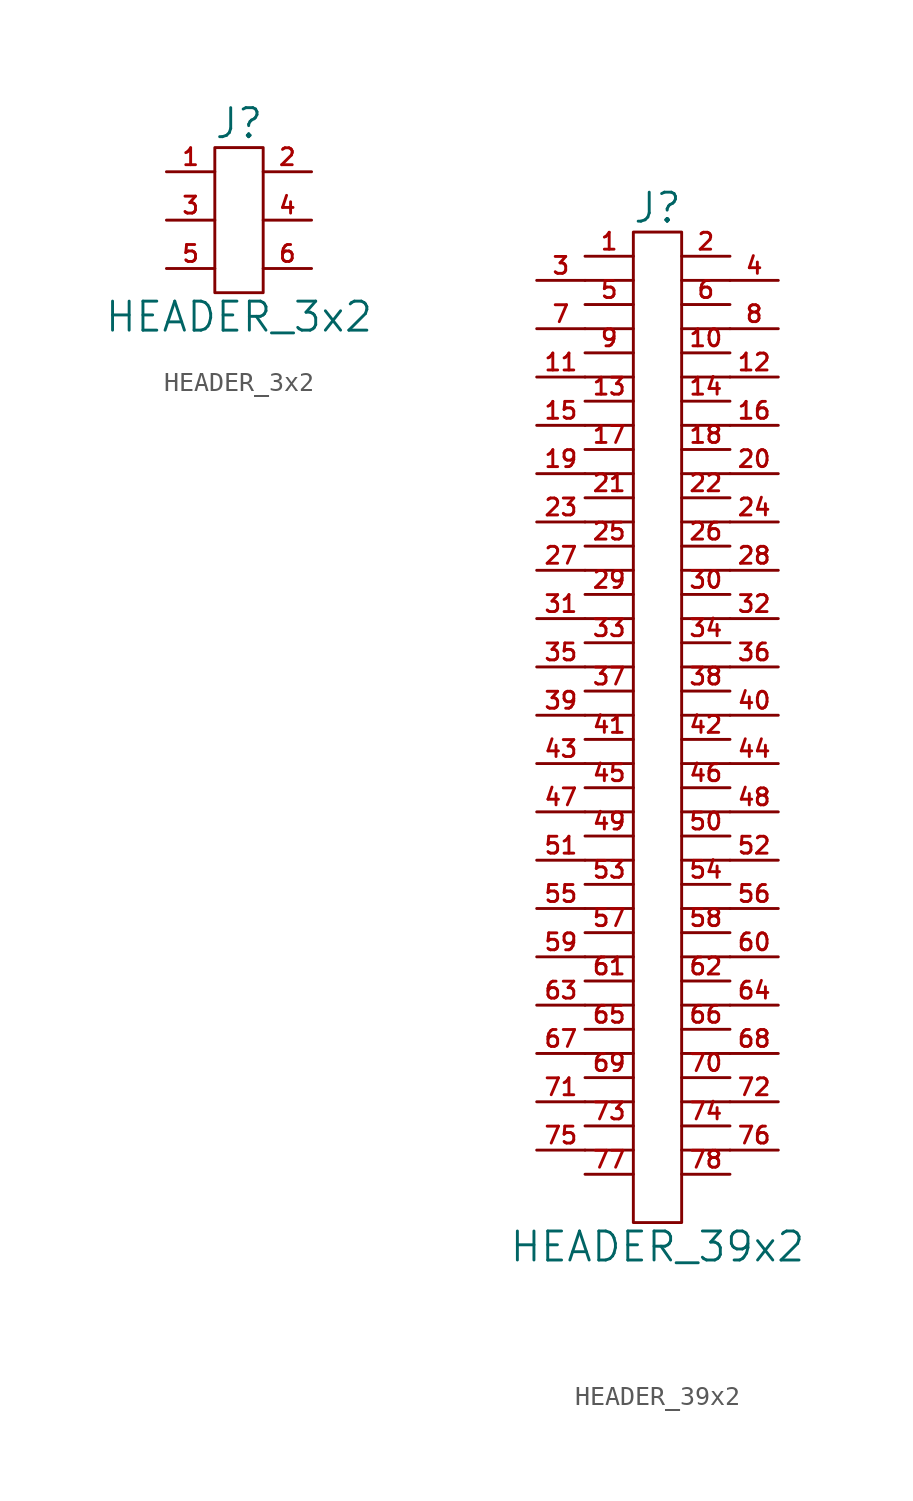
<source format=kicad_sym>
(kicad_symbol_lib
  (version 20220914)
  (generator kicad_symbol_editor)
  (symbol "HEADER_3x2"
    (pin_names
      (offset 0))
    (property "Reference" "J"
      (at 0 5.08 0)
      (effects (font (size 1.524 1.524))))
    (property "Value" "HEADER_3x2"
      (at 0 -5.08 0)
      (effects (font (size 1.524 1.524))))
    (property "Footprint" ""
      (at 0 0 0)
      (effects (font (size 1.524 1.524))))
    (property "Datasheet" ""
      (at 0 0 0)
      (effects (font (size 1.524 1.524))))
    (symbol "HEADER_3x2_0_1"
      (rectangle (start 1.27 3.81) (end -1.27 -3.81) (stroke (width 0) (type solid)) (fill (type none))))
    (symbol "HEADER_3x2_1_1"
      (pin passive line (at -3.81 2.54 0) (length 2.54) (name "~" (effects (font (size 1.27 1.27)))) (number "1" (effects (font (size 0.889 0.889)))))
      (pin passive line (at 3.81 2.54 180) (length 2.54) (name "~" (effects (font (size 1.27 1.27)))) (number "2" (effects (font (size 0.889 0.889)))))
      (pin passive line (at -3.81 0 0) (length 2.54) (name "~" (effects (font (size 1.27 1.27)))) (number "3" (effects (font (size 0.889 0.889)))))
      (pin passive line (at 3.81 0 180) (length 2.54) (name "~" (effects (font (size 1.27 1.27)))) (number "4" (effects (font (size 0.889 0.889)))))
      (pin passive line (at -3.81 -2.54 0) (length 2.54) (name "~" (effects (font (size 1.27 1.27)))) (number "5" (effects (font (size 0.889 0.889)))))
      (pin passive line (at 3.81 -2.54 180) (length 2.54) (name "~" (effects (font (size 1.27 1.27)))) (number "6" (effects (font (size 0.889 0.889)))))))
  (symbol "HEADER_39x2"
    (pin_names
      (offset 0))
    (property "Reference" "J"
      (at 0 26.67 0)
      (effects (font (size 1.524 1.524))))
    (property "Value" "HEADER_39x2"
      (at 0 -27.94 0)
      (effects (font (size 1.524 1.524))))
    (property "Footprint" ""
      (at 0 0 0)
      (effects (font (size 1.524 1.524))))
    (property "Datasheet" ""
      (at 0 0 0)
      (effects (font (size 1.524 1.524))))
    (symbol "HEADER_39x2_0_1"
      (rectangle (start -1.27 25.4) (end 1.27 -26.67) (stroke (width 0) (type solid)) (fill (type none)))
      (polyline (pts (xy -3.81 -22.86) (xy -1.27 -22.86)) (stroke (width 0) (type solid)) (fill (type none)))
      (polyline (pts (xy -3.81 -20.32) (xy -1.27 -20.32)) (stroke (width 0) (type solid)) (fill (type none)))
      (polyline (pts (xy -3.81 -17.78) (xy -1.27 -17.78)) (stroke (width 0) (type solid)) (fill (type none)))
      (polyline (pts (xy -3.81 -15.24) (xy -1.27 -15.24)) (stroke (width 0) (type solid)) (fill (type none)))
      (polyline (pts (xy -3.81 -12.7) (xy -1.27 -12.7)) (stroke (width 0) (type solid)) (fill (type none)))
      (polyline (pts (xy -3.81 -10.16) (xy -1.27 -10.16)) (stroke (width 0) (type solid)) (fill (type none)))
      (polyline (pts (xy -3.81 -7.62) (xy -1.27 -7.62)) (stroke (width 0) (type solid)) (fill (type none)))
      (polyline (pts (xy -3.81 -5.08) (xy -1.27 -5.08)) (stroke (width 0) (type solid)) (fill (type none)))
      (polyline (pts (xy -3.81 -2.54) (xy -1.27 -2.54)) (stroke (width 0) (type solid)) (fill (type none)))
      (polyline (pts (xy -3.81 0) (xy -1.27 0)) (stroke (width 0) (type solid)) (fill (type none)))
      (polyline (pts (xy -3.81 2.54) (xy -1.27 2.54)) (stroke (width 0) (type solid)) (fill (type none)))
      (polyline (pts (xy -3.81 5.08) (xy -1.27 5.08)) (stroke (width 0) (type solid)) (fill (type none)))
      (polyline (pts (xy -3.81 7.62) (xy -1.27 7.62)) (stroke (width 0) (type solid)) (fill (type none)))
      (polyline (pts (xy -3.81 10.16) (xy -1.27 10.16)) (stroke (width 0) (type solid)) (fill (type none)))
      (polyline (pts (xy -3.81 12.7) (xy -1.27 12.7)) (stroke (width 0) (type solid)) (fill (type none)))
      (polyline (pts (xy -3.81 15.24) (xy -1.27 15.24)) (stroke (width 0) (type solid)) (fill (type none)))
      (polyline (pts (xy -3.81 17.78) (xy -1.27 17.78)) (stroke (width 0) (type solid)) (fill (type none)))
      (polyline (pts (xy -3.81 20.32) (xy -1.27 20.32)) (stroke (width 0) (type solid)) (fill (type none)))
      (polyline (pts (xy -3.81 22.86) (xy -1.27 22.86)) (stroke (width 0) (type solid)) (fill (type none)))
      (polyline (pts (xy 1.27 -22.86) (xy 3.81 -22.86)) (stroke (width 0) (type solid)) (fill (type none)))
      (polyline (pts (xy 1.27 -20.32) (xy 3.81 -20.32)) (stroke (width 0) (type solid)) (fill (type none)))
      (polyline (pts (xy 1.27 -17.78) (xy 3.81 -17.78)) (stroke (width 0) (type solid)) (fill (type none)))
      (polyline (pts (xy 1.27 -15.24) (xy 3.81 -15.24)) (stroke (width 0) (type solid)) (fill (type none)))
      (polyline (pts (xy 1.27 -12.7) (xy 3.81 -12.7)) (stroke (width 0) (type solid)) (fill (type none)))
      (polyline (pts (xy 1.27 -10.16) (xy 3.81 -10.16)) (stroke (width 0) (type solid)) (fill (type none)))
      (polyline (pts (xy 1.27 -7.62) (xy 3.81 -7.62)) (stroke (width 0) (type solid)) (fill (type none)))
      (polyline (pts (xy 1.27 -5.08) (xy 3.81 -5.08)) (stroke (width 0) (type solid)) (fill (type none)))
      (polyline (pts (xy 1.27 -2.54) (xy 3.81 -2.54)) (stroke (width 0) (type solid)) (fill (type none)))
      (polyline (pts (xy 1.27 0) (xy 3.81 0)) (stroke (width 0) (type solid)) (fill (type none)))
      (polyline (pts (xy 1.27 2.54) (xy 3.81 2.54)) (stroke (width 0) (type solid)) (fill (type none)))
      (polyline (pts (xy 1.27 5.08) (xy 3.81 5.08)) (stroke (width 0) (type solid)) (fill (type none)))
      (polyline (pts (xy 1.27 7.62) (xy 3.81 7.62)) (stroke (width 0) (type solid)) (fill (type none)))
      (polyline (pts (xy 1.27 10.16) (xy 3.81 10.16)) (stroke (width 0) (type solid)) (fill (type none)))
      (polyline (pts (xy 1.27 12.7) (xy 3.81 12.7)) (stroke (width 0) (type solid)) (fill (type none)))
      (polyline (pts (xy 1.27 15.24) (xy 3.81 15.24)) (stroke (width 0) (type solid)) (fill (type none)))
      (polyline (pts (xy 1.27 17.78) (xy 3.81 17.78)) (stroke (width 0) (type solid)) (fill (type none)))
      (polyline (pts (xy 1.27 20.32) (xy 3.81 20.32)) (stroke (width 0) (type solid)) (fill (type none)))
      (polyline (pts (xy 1.27 22.86) (xy 3.81 22.86)) (stroke (width 0) (type solid)) (fill (type none))))
    (symbol "HEADER_39x2_1_1"
      (pin passive line (at -3.81 24.13 0) (length 2.54) (name "~" (effects (font (size 1.27 1.27)))) (number "1" (effects (font (size 0.889 0.889)))))
      (pin passive line (at 3.81 19.05 180) (length 2.54) (name "~" (effects (font (size 1.27 1.27)))) (number "10" (effects (font (size 0.889 0.889)))))
      (pin passive line (at -6.35 17.78 0) (length 2.54) (name "~" (effects (font (size 1.27 1.27)))) (number "11" (effects (font (size 0.889 0.889)))))
      (pin passive line (at 6.35 17.78 180) (length 2.54) (name "~" (effects (font (size 1.27 1.27)))) (number "12" (effects (font (size 0.889 0.889)))))
      (pin passive line (at -3.81 16.51 0) (length 2.54) (name "~" (effects (font (size 1.27 1.27)))) (number "13" (effects (font (size 0.889 0.889)))))
      (pin passive line (at 3.81 16.51 180) (length 2.54) (name "~" (effects (font (size 1.27 1.27)))) (number "14" (effects (font (size 0.889 0.889)))))
      (pin passive line (at -6.35 15.24 0) (length 2.54) (name "~" (effects (font (size 1.27 1.27)))) (number "15" (effects (font (size 0.889 0.889)))))
      (pin passive line (at 6.35 15.24 180) (length 2.54) (name "~" (effects (font (size 1.27 1.27)))) (number "16" (effects (font (size 0.889 0.889)))))
      (pin passive line (at -3.81 13.97 0) (length 2.54) (name "~" (effects (font (size 1.27 1.27)))) (number "17" (effects (font (size 0.889 0.889)))))
      (pin passive line (at 3.81 13.97 180) (length 2.54) (name "~" (effects (font (size 1.27 1.27)))) (number "18" (effects (font (size 0.889 0.889)))))
      (pin passive line (at -6.35 12.7 0) (length 2.54) (name "~" (effects (font (size 1.27 1.27)))) (number "19" (effects (font (size 0.889 0.889)))))
      (pin passive line (at 3.81 24.13 180) (length 2.54) (name "~" (effects (font (size 1.27 1.27)))) (number "2" (effects (font (size 0.889 0.889)))))
      (pin passive line (at 6.35 12.7 180) (length 2.54) (name "~" (effects (font (size 1.27 1.27)))) (number "20" (effects (font (size 0.889 0.889)))))
      (pin passive line (at -3.81 11.43 0) (length 2.54) (name "~" (effects (font (size 1.27 1.27)))) (number "21" (effects (font (size 0.889 0.889)))))
      (pin passive line (at 3.81 11.43 180) (length 2.54) (name "~" (effects (font (size 1.27 1.27)))) (number "22" (effects (font (size 0.889 0.889)))))
      (pin passive line (at -6.35 10.16 0) (length 2.54) (name "~" (effects (font (size 1.27 1.27)))) (number "23" (effects (font (size 0.889 0.889)))))
      (pin passive line (at 6.35 10.16 180) (length 2.54) (name "~" (effects (font (size 1.27 1.27)))) (number "24" (effects (font (size 0.889 0.889)))))
      (pin passive line (at -3.81 8.89 0) (length 2.54) (name "~" (effects (font (size 1.27 1.27)))) (number "25" (effects (font (size 0.889 0.889)))))
      (pin passive line (at 3.81 8.89 180) (length 2.54) (name "~" (effects (font (size 1.27 1.27)))) (number "26" (effects (font (size 0.889 0.889)))))
      (pin passive line (at -6.35 7.62 0) (length 2.54) (name "~" (effects (font (size 1.27 1.27)))) (number "27" (effects (font (size 0.889 0.889)))))
      (pin passive line (at 6.35 7.62 180) (length 2.54) (name "~" (effects (font (size 1.27 1.27)))) (number "28" (effects (font (size 0.889 0.889)))))
      (pin passive line (at -3.81 6.35 0) (length 2.54) (name "~" (effects (font (size 1.27 1.27)))) (number "29" (effects (font (size 0.889 0.889)))))
      (pin passive line (at -6.35 22.86 0) (length 2.54) (name "~" (effects (font (size 1.27 1.27)))) (number "3" (effects (font (size 0.889 0.889)))))
      (pin passive line (at 3.81 6.35 180) (length 2.54) (name "~" (effects (font (size 1.27 1.27)))) (number "30" (effects (font (size 0.889 0.889)))))
      (pin passive line (at -6.35 5.08 0) (length 2.54) (name "~" (effects (font (size 1.27 1.27)))) (number "31" (effects (font (size 0.889 0.889)))))
      (pin passive line (at 6.35 5.08 180) (length 2.54) (name "~" (effects (font (size 1.27 1.27)))) (number "32" (effects (font (size 0.889 0.889)))))
      (pin passive line (at -3.81 3.81 0) (length 2.54) (name "~" (effects (font (size 1.27 1.27)))) (number "33" (effects (font (size 0.889 0.889)))))
      (pin passive line (at 3.81 3.81 180) (length 2.54) (name "~" (effects (font (size 1.27 1.27)))) (number "34" (effects (font (size 0.889 0.889)))))
      (pin passive line (at -6.35 2.54 0) (length 2.54) (name "~" (effects (font (size 1.27 1.27)))) (number "35" (effects (font (size 0.889 0.889)))))
      (pin passive line (at 6.35 2.54 180) (length 2.54) (name "~" (effects (font (size 1.27 1.27)))) (number "36" (effects (font (size 0.889 0.889)))))
      (pin passive line (at -3.81 1.27 0) (length 2.54) (name "~" (effects (font (size 0.889 0.889)))) (number "37" (effects (font (size 0.889 0.889)))))
      (pin passive line (at 3.81 1.27 180) (length 2.54) (name "~" (effects (font (size 1.27 1.27)))) (number "38" (effects (font (size 0.889 0.889)))))
      (pin passive line (at -6.35 0 0) (length 2.54) (name "~" (effects (font (size 1.27 1.27)))) (number "39" (effects (font (size 0.889 0.889)))))
      (pin passive line (at 6.35 22.86 180) (length 2.54) (name "~" (effects (font (size 1.27 1.27)))) (number "4" (effects (font (size 0.889 0.889)))))
      (pin passive line (at 6.35 0 180) (length 2.54) (name "~" (effects (font (size 1.27 1.27)))) (number "40" (effects (font (size 0.889 0.889)))))
      (pin passive line (at -3.81 -1.27 0) (length 2.54) (name "~" (effects (font (size 1.27 1.27)))) (number "41" (effects (font (size 0.889 0.889)))))
      (pin passive line (at 3.81 -1.27 180) (length 2.54) (name "~" (effects (font (size 1.27 1.27)))) (number "42" (effects (font (size 0.889 0.889)))))
      (pin passive line (at -6.35 -2.54 0) (length 2.54) (name "~" (effects (font (size 1.27 1.27)))) (number "43" (effects (font (size 0.889 0.889)))))
      (pin passive line (at 6.35 -2.54 180) (length 2.54) (name "~" (effects (font (size 1.27 1.27)))) (number "44" (effects (font (size 0.889 0.889)))))
      (pin passive line (at -3.81 -3.81 0) (length 2.54) (name "~" (effects (font (size 1.27 1.27)))) (number "45" (effects (font (size 0.889 0.889)))))
      (pin passive line (at 3.81 -3.81 180) (length 2.54) (name "~" (effects (font (size 1.27 1.27)))) (number "46" (effects (font (size 0.889 0.889)))))
      (pin passive line (at -6.35 -5.08 0) (length 2.54) (name "~" (effects (font (size 1.27 1.27)))) (number "47" (effects (font (size 0.889 0.889)))))
      (pin passive line (at 6.35 -5.08 180) (length 2.54) (name "~" (effects (font (size 1.27 1.27)))) (number "48" (effects (font (size 0.889 0.889)))))
      (pin passive line (at -3.81 -6.35 0) (length 2.54) (name "~" (effects (font (size 1.27 1.27)))) (number "49" (effects (font (size 0.889 0.889)))))
      (pin passive line (at -3.81 21.59 0) (length 2.54) (name "~" (effects (font (size 1.27 1.27)))) (number "5" (effects (font (size 0.889 0.889)))))
      (pin passive line (at 3.81 -6.35 180) (length 2.54) (name "~" (effects (font (size 1.27 1.27)))) (number "50" (effects (font (size 0.889 0.889)))))
      (pin passive line (at -6.35 -7.62 0) (length 2.54) (name "~" (effects (font (size 1.27 1.27)))) (number "51" (effects (font (size 0.889 0.889)))))
      (pin passive line (at 6.35 -7.62 180) (length 2.54) (name "~" (effects (font (size 1.27 1.27)))) (number "52" (effects (font (size 0.889 0.889)))))
      (pin passive line (at -3.81 -8.89 0) (length 2.54) (name "~" (effects (font (size 1.27 1.27)))) (number "53" (effects (font (size 0.889 0.889)))))
      (pin passive line (at 3.81 -8.89 180) (length 2.54) (name "~" (effects (font (size 1.27 1.27)))) (number "54" (effects (font (size 0.889 0.889)))))
      (pin passive line (at -6.35 -10.16 0) (length 2.54) (name "~" (effects (font (size 1.27 1.27)))) (number "55" (effects (font (size 0.889 0.889)))))
      (pin passive line (at 6.35 -10.16 180) (length 2.54) (name "~" (effects (font (size 1.27 1.27)))) (number "56" (effects (font (size 0.889 0.889)))))
      (pin passive line (at -3.81 -11.43 0) (length 2.54) (name "~" (effects (font (size 1.27 1.27)))) (number "57" (effects (font (size 0.889 0.889)))))
      (pin passive line (at 3.81 -11.43 180) (length 2.54) (name "~" (effects (font (size 1.27 1.27)))) (number "58" (effects (font (size 0.889 0.889)))))
      (pin passive line (at -6.35 -12.7 0) (length 2.54) (name "~" (effects (font (size 1.27 1.27)))) (number "59" (effects (font (size 0.889 0.889)))))
      (pin passive line (at 3.81 21.59 180) (length 2.54) (name "~" (effects (font (size 1.27 1.27)))) (number "6" (effects (font (size 0.889 0.889)))))
      (pin passive line (at 6.35 -12.7 180) (length 2.54) (name "~" (effects (font (size 1.27 1.27)))) (number "60" (effects (font (size 0.889 0.889)))))
      (pin passive line (at -3.81 -13.97 0) (length 2.54) (name "~" (effects (font (size 1.27 1.27)))) (number "61" (effects (font (size 0.889 0.889)))))
      (pin passive line (at 3.81 -13.97 180) (length 2.54) (name "~" (effects (font (size 1.27 1.27)))) (number "62" (effects (font (size 0.889 0.889)))))
      (pin passive line (at -6.35 -15.24 0) (length 2.54) (name "~" (effects (font (size 1.27 1.27)))) (number "63" (effects (font (size 0.889 0.889)))))
      (pin passive line (at 6.35 -15.24 180) (length 2.54) (name "~" (effects (font (size 1.27 1.27)))) (number "64" (effects (font (size 0.889 0.889)))))
      (pin passive line (at -3.81 -16.51 0) (length 2.54) (name "~" (effects (font (size 1.27 1.27)))) (number "65" (effects (font (size 0.889 0.889)))))
      (pin passive line (at 3.81 -16.51 180) (length 2.54) (name "~" (effects (font (size 1.27 1.27)))) (number "66" (effects (font (size 0.889 0.889)))))
      (pin passive line (at -6.35 -17.78 0) (length 2.54) (name "~" (effects (font (size 1.27 1.27)))) (number "67" (effects (font (size 0.889 0.889)))))
      (pin passive line (at 6.35 -17.78 180) (length 2.54) (name "~" (effects (font (size 1.27 1.27)))) (number "68" (effects (font (size 0.889 0.889)))))
      (pin passive line (at -3.81 -19.05 0) (length 2.54) (name "~" (effects (font (size 1.27 1.27)))) (number "69" (effects (font (size 0.889 0.889)))))
      (pin passive line (at -6.35 20.32 0) (length 2.54) (name "~" (effects (font (size 1.27 1.27)))) (number "7" (effects (font (size 0.889 0.889)))))
      (pin passive line (at 3.81 -19.05 180) (length 2.54) (name "~" (effects (font (size 1.27 1.27)))) (number "70" (effects (font (size 0.889 0.889)))))
      (pin passive line (at -6.35 -20.32 0) (length 2.54) (name "~" (effects (font (size 1.27 1.27)))) (number "71" (effects (font (size 0.889 0.889)))))
      (pin passive line (at 6.35 -20.32 180) (length 2.54) (name "~" (effects (font (size 1.27 1.27)))) (number "72" (effects (font (size 0.889 0.889)))))
      (pin passive line (at -3.81 -21.59 0) (length 2.54) (name "~" (effects (font (size 1.27 1.27)))) (number "73" (effects (font (size 0.889 0.889)))))
      (pin passive line (at 3.81 -21.59 180) (length 2.54) (name "~" (effects (font (size 1.27 1.27)))) (number "74" (effects (font (size 0.889 0.889)))))
      (pin passive line (at -6.35 -22.86 0) (length 2.54) (name "~" (effects (font (size 1.27 1.27)))) (number "75" (effects (font (size 0.889 0.889)))))
      (pin passive line (at 6.35 -22.86 180) (length 2.54) (name "~" (effects (font (size 1.27 1.27)))) (number "76" (effects (font (size 0.889 0.889)))))
      (pin passive line (at -3.81 -24.13 0) (length 2.54) (name "~" (effects (font (size 1.27 1.27)))) (number "77" (effects (font (size 0.889 0.889)))))
      (pin passive line (at 3.81 -24.13 180) (length 2.54) (name "~" (effects (font (size 1.27 1.27)))) (number "78" (effects (font (size 0.889 0.889)))))
      (pin passive line (at 6.35 20.32 180) (length 2.54) (name "~" (effects (font (size 1.27 1.27)))) (number "8" (effects (font (size 0.889 0.889)))))
      (pin passive line (at -3.81 19.05 0) (length 2.54) (name "~" (effects (font (size 1.27 1.27)))) (number "9" (effects (font (size 0.889 0.889))))))))
</source>
